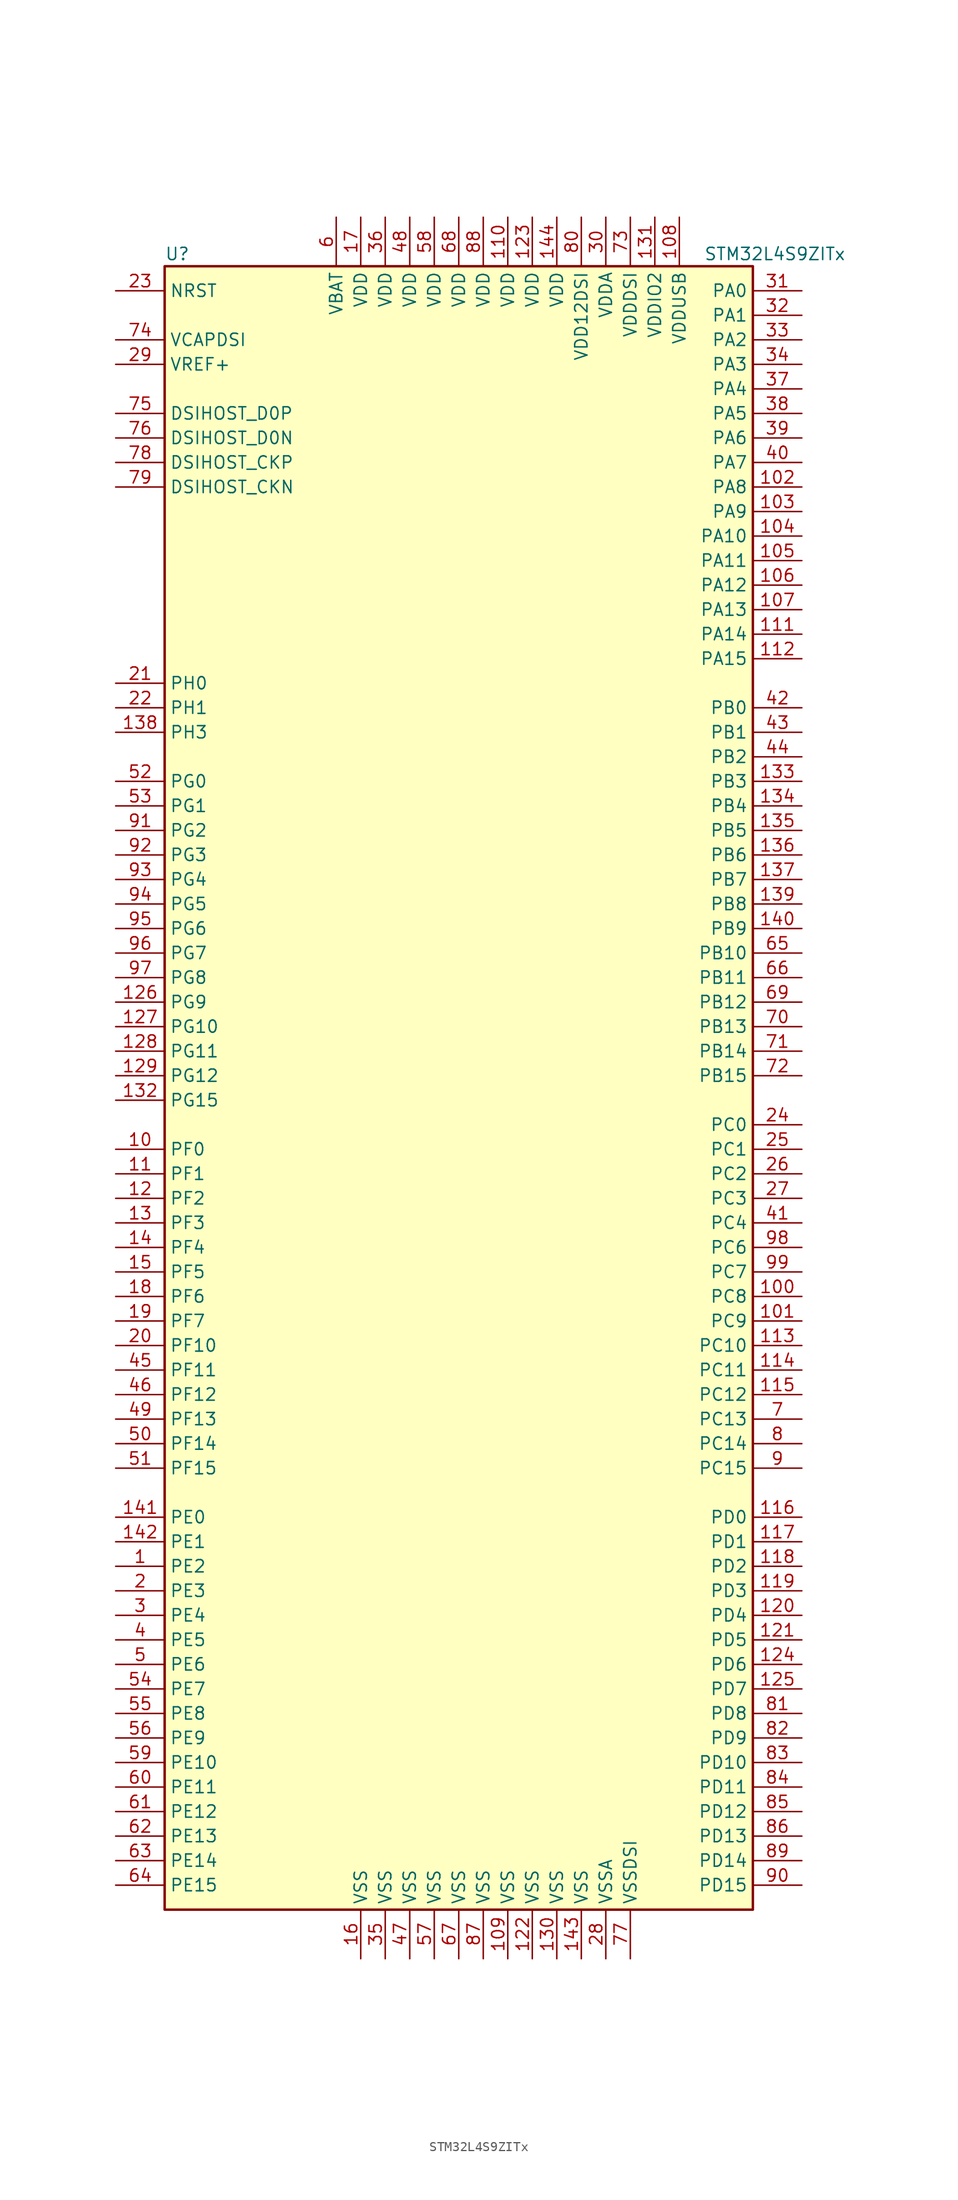
<source format=kicad_sym>
(kicad_symbol_lib
  (version 20211014)
  (generator kicad_symbol_editor)
  (symbol "STM32L4S9ZITx"
    (property "Reference" "U"
      (at -30.48 85.09 0)
      (effects (font (size 1.27 1.27)) (justify left)))
    (property "Value" "STM32L4S9ZITx"
      (at 25.4 85.09 0)
      (effects (font (size 1.27 1.27)) (justify left)))
    (symbol "STM32L4S9ZITx_0_1"
      (rectangle (start -30.48 -86.36) (end 30.48 83.82) (stroke (width 0.254) (type default) (color 0 0 0 0)) (fill (type background))))
    (symbol "STM32L4S9ZITx_1_1"
      (pin bidirectional line (at -35.56 -50.8 0) (length 5.08) (name "PE2" (effects (font (size 1.27 1.27)))) (number "1" (effects (font (size 1.27 1.27)))))
      (pin bidirectional line (at -35.56 -7.62 0) (length 5.08) (name "PF0" (effects (font (size 1.27 1.27)))) (number "10" (effects (font (size 1.27 1.27)))))
      (pin bidirectional line (at 35.56 -22.86 180) (length 5.08) (name "PC8" (effects (font (size 1.27 1.27)))) (number "100" (effects (font (size 1.27 1.27)))))
      (pin bidirectional line (at 35.56 -25.4 180) (length 5.08) (name "PC9" (effects (font (size 1.27 1.27)))) (number "101" (effects (font (size 1.27 1.27)))))
      (pin bidirectional line (at 35.56 60.96 180) (length 5.08) (name "PA8" (effects (font (size 1.27 1.27)))) (number "102" (effects (font (size 1.27 1.27)))))
      (pin bidirectional line (at 35.56 58.42 180) (length 5.08) (name "PA9" (effects (font (size 1.27 1.27)))) (number "103" (effects (font (size 1.27 1.27)))))
      (pin bidirectional line (at 35.56 55.88 180) (length 5.08) (name "PA10" (effects (font (size 1.27 1.27)))) (number "104" (effects (font (size 1.27 1.27)))))
      (pin bidirectional line (at 35.56 53.34 180) (length 5.08) (name "PA11" (effects (font (size 1.27 1.27)))) (number "105" (effects (font (size 1.27 1.27)))))
      (pin bidirectional line (at 35.56 50.8 180) (length 5.08) (name "PA12" (effects (font (size 1.27 1.27)))) (number "106" (effects (font (size 1.27 1.27)))))
      (pin bidirectional line (at 35.56 48.26 180) (length 5.08) (name "PA13" (effects (font (size 1.27 1.27)))) (number "107" (effects (font (size 1.27 1.27)))))
      (pin power_in line (at 22.86 88.9 270) (length 5.08) (name "VDDUSB" (effects (font (size 1.27 1.27)))) (number "108" (effects (font (size 1.27 1.27)))))
      (pin power_in line (at 5.08 -91.44 90) (length 5.08) (name "VSS" (effects (font (size 1.27 1.27)))) (number "109" (effects (font (size 1.27 1.27)))))
      (pin bidirectional line (at -35.56 -10.16 0) (length 5.08) (name "PF1" (effects (font (size 1.27 1.27)))) (number "11" (effects (font (size 1.27 1.27)))))
      (pin power_in line (at 5.08 88.9 270) (length 5.08) (name "VDD" (effects (font (size 1.27 1.27)))) (number "110" (effects (font (size 1.27 1.27)))))
      (pin bidirectional line (at 35.56 45.72 180) (length 5.08) (name "PA14" (effects (font (size 1.27 1.27)))) (number "111" (effects (font (size 1.27 1.27)))))
      (pin bidirectional line (at 35.56 43.18 180) (length 5.08) (name "PA15" (effects (font (size 1.27 1.27)))) (number "112" (effects (font (size 1.27 1.27)))))
      (pin bidirectional line (at 35.56 -27.94 180) (length 5.08) (name "PC10" (effects (font (size 1.27 1.27)))) (number "113" (effects (font (size 1.27 1.27)))))
      (pin bidirectional line (at 35.56 -30.48 180) (length 5.08) (name "PC11" (effects (font (size 1.27 1.27)))) (number "114" (effects (font (size 1.27 1.27)))))
      (pin bidirectional line (at 35.56 -33.02 180) (length 5.08) (name "PC12" (effects (font (size 1.27 1.27)))) (number "115" (effects (font (size 1.27 1.27)))))
      (pin bidirectional line (at 35.56 -45.72 180) (length 5.08) (name "PD0" (effects (font (size 1.27 1.27)))) (number "116" (effects (font (size 1.27 1.27)))))
      (pin bidirectional line (at 35.56 -48.26 180) (length 5.08) (name "PD1" (effects (font (size 1.27 1.27)))) (number "117" (effects (font (size 1.27 1.27)))))
      (pin bidirectional line (at 35.56 -50.8 180) (length 5.08) (name "PD2" (effects (font (size 1.27 1.27)))) (number "118" (effects (font (size 1.27 1.27)))))
      (pin bidirectional line (at 35.56 -53.34 180) (length 5.08) (name "PD3" (effects (font (size 1.27 1.27)))) (number "119" (effects (font (size 1.27 1.27)))))
      (pin bidirectional line (at -35.56 -12.7 0) (length 5.08) (name "PF2" (effects (font (size 1.27 1.27)))) (number "12" (effects (font (size 1.27 1.27)))))
      (pin bidirectional line (at 35.56 -55.88 180) (length 5.08) (name "PD4" (effects (font (size 1.27 1.27)))) (number "120" (effects (font (size 1.27 1.27)))))
      (pin bidirectional line (at 35.56 -58.42 180) (length 5.08) (name "PD5" (effects (font (size 1.27 1.27)))) (number "121" (effects (font (size 1.27 1.27)))))
      (pin power_in line (at 7.62 -91.44 90) (length 5.08) (name "VSS" (effects (font (size 1.27 1.27)))) (number "122" (effects (font (size 1.27 1.27)))))
      (pin power_in line (at 7.62 88.9 270) (length 5.08) (name "VDD" (effects (font (size 1.27 1.27)))) (number "123" (effects (font (size 1.27 1.27)))))
      (pin bidirectional line (at 35.56 -60.96 180) (length 5.08) (name "PD6" (effects (font (size 1.27 1.27)))) (number "124" (effects (font (size 1.27 1.27)))))
      (pin bidirectional line (at 35.56 -63.5 180) (length 5.08) (name "PD7" (effects (font (size 1.27 1.27)))) (number "125" (effects (font (size 1.27 1.27)))))
      (pin bidirectional line (at -35.56 7.62 0) (length 5.08) (name "PG9" (effects (font (size 1.27 1.27)))) (number "126" (effects (font (size 1.27 1.27)))))
      (pin bidirectional line (at -35.56 5.08 0) (length 5.08) (name "PG10" (effects (font (size 1.27 1.27)))) (number "127" (effects (font (size 1.27 1.27)))))
      (pin bidirectional line (at -35.56 2.54 0) (length 5.08) (name "PG11" (effects (font (size 1.27 1.27)))) (number "128" (effects (font (size 1.27 1.27)))))
      (pin bidirectional line (at -35.56 0 0) (length 5.08) (name "PG12" (effects (font (size 1.27 1.27)))) (number "129" (effects (font (size 1.27 1.27)))))
      (pin bidirectional line (at -35.56 -15.24 0) (length 5.08) (name "PF3" (effects (font (size 1.27 1.27)))) (number "13" (effects (font (size 1.27 1.27)))))
      (pin power_in line (at 10.16 -91.44 90) (length 5.08) (name "VSS" (effects (font (size 1.27 1.27)))) (number "130" (effects (font (size 1.27 1.27)))))
      (pin power_in line (at 20.32 88.9 270) (length 5.08) (name "VDDIO2" (effects (font (size 1.27 1.27)))) (number "131" (effects (font (size 1.27 1.27)))))
      (pin bidirectional line (at -35.56 -2.54 0) (length 5.08) (name "PG15" (effects (font (size 1.27 1.27)))) (number "132" (effects (font (size 1.27 1.27)))))
      (pin bidirectional line (at 35.56 30.48 180) (length 5.08) (name "PB3" (effects (font (size 1.27 1.27)))) (number "133" (effects (font (size 1.27 1.27)))))
      (pin bidirectional line (at 35.56 27.94 180) (length 5.08) (name "PB4" (effects (font (size 1.27 1.27)))) (number "134" (effects (font (size 1.27 1.27)))))
      (pin bidirectional line (at 35.56 25.4 180) (length 5.08) (name "PB5" (effects (font (size 1.27 1.27)))) (number "135" (effects (font (size 1.27 1.27)))))
      (pin bidirectional line (at 35.56 22.86 180) (length 5.08) (name "PB6" (effects (font (size 1.27 1.27)))) (number "136" (effects (font (size 1.27 1.27)))))
      (pin bidirectional line (at 35.56 20.32 180) (length 5.08) (name "PB7" (effects (font (size 1.27 1.27)))) (number "137" (effects (font (size 1.27 1.27)))))
      (pin bidirectional line (at -35.56 35.56 0) (length 5.08) (name "PH3" (effects (font (size 1.27 1.27)))) (number "138" (effects (font (size 1.27 1.27)))))
      (pin bidirectional line (at 35.56 17.78 180) (length 5.08) (name "PB8" (effects (font (size 1.27 1.27)))) (number "139" (effects (font (size 1.27 1.27)))))
      (pin bidirectional line (at -35.56 -17.78 0) (length 5.08) (name "PF4" (effects (font (size 1.27 1.27)))) (number "14" (effects (font (size 1.27 1.27)))))
      (pin bidirectional line (at 35.56 15.24 180) (length 5.08) (name "PB9" (effects (font (size 1.27 1.27)))) (number "140" (effects (font (size 1.27 1.27)))))
      (pin bidirectional line (at -35.56 -45.72 0) (length 5.08) (name "PE0" (effects (font (size 1.27 1.27)))) (number "141" (effects (font (size 1.27 1.27)))))
      (pin bidirectional line (at -35.56 -48.26 0) (length 5.08) (name "PE1" (effects (font (size 1.27 1.27)))) (number "142" (effects (font (size 1.27 1.27)))))
      (pin power_in line (at 12.7 -91.44 90) (length 5.08) (name "VSS" (effects (font (size 1.27 1.27)))) (number "143" (effects (font (size 1.27 1.27)))))
      (pin power_in line (at 10.16 88.9 270) (length 5.08) (name "VDD" (effects (font (size 1.27 1.27)))) (number "144" (effects (font (size 1.27 1.27)))))
      (pin bidirectional line (at -35.56 -20.32 0) (length 5.08) (name "PF5" (effects (font (size 1.27 1.27)))) (number "15" (effects (font (size 1.27 1.27)))))
      (pin power_in line (at -10.16 -91.44 90) (length 5.08) (name "VSS" (effects (font (size 1.27 1.27)))) (number "16" (effects (font (size 1.27 1.27)))))
      (pin power_in line (at -10.16 88.9 270) (length 5.08) (name "VDD" (effects (font (size 1.27 1.27)))) (number "17" (effects (font (size 1.27 1.27)))))
      (pin bidirectional line (at -35.56 -22.86 0) (length 5.08) (name "PF6" (effects (font (size 1.27 1.27)))) (number "18" (effects (font (size 1.27 1.27)))))
      (pin bidirectional line (at -35.56 -25.4 0) (length 5.08) (name "PF7" (effects (font (size 1.27 1.27)))) (number "19" (effects (font (size 1.27 1.27)))))
      (pin bidirectional line (at -35.56 -53.34 0) (length 5.08) (name "PE3" (effects (font (size 1.27 1.27)))) (number "2" (effects (font (size 1.27 1.27)))))
      (pin bidirectional line (at -35.56 -27.94 0) (length 5.08) (name "PF10" (effects (font (size 1.27 1.27)))) (number "20" (effects (font (size 1.27 1.27)))))
      (pin input line (at -35.56 40.64 0) (length 5.08) (name "PH0" (effects (font (size 1.27 1.27)))) (number "21" (effects (font (size 1.27 1.27)))))
      (pin input line (at -35.56 38.1 0) (length 5.08) (name "PH1" (effects (font (size 1.27 1.27)))) (number "22" (effects (font (size 1.27 1.27)))))
      (pin input line (at -35.56 81.28 0) (length 5.08) (name "NRST" (effects (font (size 1.27 1.27)))) (number "23" (effects (font (size 1.27 1.27)))))
      (pin bidirectional line (at 35.56 -5.08 180) (length 5.08) (name "PC0" (effects (font (size 1.27 1.27)))) (number "24" (effects (font (size 1.27 1.27)))))
      (pin bidirectional line (at 35.56 -7.62 180) (length 5.08) (name "PC1" (effects (font (size 1.27 1.27)))) (number "25" (effects (font (size 1.27 1.27)))))
      (pin bidirectional line (at 35.56 -10.16 180) (length 5.08) (name "PC2" (effects (font (size 1.27 1.27)))) (number "26" (effects (font (size 1.27 1.27)))))
      (pin bidirectional line (at 35.56 -12.7 180) (length 5.08) (name "PC3" (effects (font (size 1.27 1.27)))) (number "27" (effects (font (size 1.27 1.27)))))
      (pin power_in line (at 15.24 -91.44 90) (length 5.08) (name "VSSA" (effects (font (size 1.27 1.27)))) (number "28" (effects (font (size 1.27 1.27)))))
      (pin bidirectional line (at -35.56 73.66 0) (length 5.08) (name "VREF+" (effects (font (size 1.27 1.27)))) (number "29" (effects (font (size 1.27 1.27)))))
      (pin bidirectional line (at -35.56 -55.88 0) (length 5.08) (name "PE4" (effects (font (size 1.27 1.27)))) (number "3" (effects (font (size 1.27 1.27)))))
      (pin power_in line (at 15.24 88.9 270) (length 5.08) (name "VDDA" (effects (font (size 1.27 1.27)))) (number "30" (effects (font (size 1.27 1.27)))))
      (pin bidirectional line (at 35.56 81.28 180) (length 5.08) (name "PA0" (effects (font (size 1.27 1.27)))) (number "31" (effects (font (size 1.27 1.27)))))
      (pin bidirectional line (at 35.56 78.74 180) (length 5.08) (name "PA1" (effects (font (size 1.27 1.27)))) (number "32" (effects (font (size 1.27 1.27)))))
      (pin bidirectional line (at 35.56 76.2 180) (length 5.08) (name "PA2" (effects (font (size 1.27 1.27)))) (number "33" (effects (font (size 1.27 1.27)))))
      (pin bidirectional line (at 35.56 73.66 180) (length 5.08) (name "PA3" (effects (font (size 1.27 1.27)))) (number "34" (effects (font (size 1.27 1.27)))))
      (pin power_in line (at -7.62 -91.44 90) (length 5.08) (name "VSS" (effects (font (size 1.27 1.27)))) (number "35" (effects (font (size 1.27 1.27)))))
      (pin power_in line (at -7.62 88.9 270) (length 5.08) (name "VDD" (effects (font (size 1.27 1.27)))) (number "36" (effects (font (size 1.27 1.27)))))
      (pin bidirectional line (at 35.56 71.12 180) (length 5.08) (name "PA4" (effects (font (size 1.27 1.27)))) (number "37" (effects (font (size 1.27 1.27)))))
      (pin bidirectional line (at 35.56 68.58 180) (length 5.08) (name "PA5" (effects (font (size 1.27 1.27)))) (number "38" (effects (font (size 1.27 1.27)))))
      (pin bidirectional line (at 35.56 66.04 180) (length 5.08) (name "PA6" (effects (font (size 1.27 1.27)))) (number "39" (effects (font (size 1.27 1.27)))))
      (pin bidirectional line (at -35.56 -58.42 0) (length 5.08) (name "PE5" (effects (font (size 1.27 1.27)))) (number "4" (effects (font (size 1.27 1.27)))))
      (pin bidirectional line (at 35.56 63.5 180) (length 5.08) (name "PA7" (effects (font (size 1.27 1.27)))) (number "40" (effects (font (size 1.27 1.27)))))
      (pin bidirectional line (at 35.56 -15.24 180) (length 5.08) (name "PC4" (effects (font (size 1.27 1.27)))) (number "41" (effects (font (size 1.27 1.27)))))
      (pin bidirectional line (at 35.56 38.1 180) (length 5.08) (name "PB0" (effects (font (size 1.27 1.27)))) (number "42" (effects (font (size 1.27 1.27)))))
      (pin bidirectional line (at 35.56 35.56 180) (length 5.08) (name "PB1" (effects (font (size 1.27 1.27)))) (number "43" (effects (font (size 1.27 1.27)))))
      (pin bidirectional line (at 35.56 33.02 180) (length 5.08) (name "PB2" (effects (font (size 1.27 1.27)))) (number "44" (effects (font (size 1.27 1.27)))))
      (pin bidirectional line (at -35.56 -30.48 0) (length 5.08) (name "PF11" (effects (font (size 1.27 1.27)))) (number "45" (effects (font (size 1.27 1.27)))))
      (pin bidirectional line (at -35.56 -33.02 0) (length 5.08) (name "PF12" (effects (font (size 1.27 1.27)))) (number "46" (effects (font (size 1.27 1.27)))))
      (pin power_in line (at -5.08 -91.44 90) (length 5.08) (name "VSS" (effects (font (size 1.27 1.27)))) (number "47" (effects (font (size 1.27 1.27)))))
      (pin power_in line (at -5.08 88.9 270) (length 5.08) (name "VDD" (effects (font (size 1.27 1.27)))) (number "48" (effects (font (size 1.27 1.27)))))
      (pin bidirectional line (at -35.56 -35.56 0) (length 5.08) (name "PF13" (effects (font (size 1.27 1.27)))) (number "49" (effects (font (size 1.27 1.27)))))
      (pin bidirectional line (at -35.56 -60.96 0) (length 5.08) (name "PE6" (effects (font (size 1.27 1.27)))) (number "5" (effects (font (size 1.27 1.27)))))
      (pin bidirectional line (at -35.56 -38.1 0) (length 5.08) (name "PF14" (effects (font (size 1.27 1.27)))) (number "50" (effects (font (size 1.27 1.27)))))
      (pin bidirectional line (at -35.56 -40.64 0) (length 5.08) (name "PF15" (effects (font (size 1.27 1.27)))) (number "51" (effects (font (size 1.27 1.27)))))
      (pin bidirectional line (at -35.56 30.48 0) (length 5.08) (name "PG0" (effects (font (size 1.27 1.27)))) (number "52" (effects (font (size 1.27 1.27)))))
      (pin bidirectional line (at -35.56 27.94 0) (length 5.08) (name "PG1" (effects (font (size 1.27 1.27)))) (number "53" (effects (font (size 1.27 1.27)))))
      (pin bidirectional line (at -35.56 -63.5 0) (length 5.08) (name "PE7" (effects (font (size 1.27 1.27)))) (number "54" (effects (font (size 1.27 1.27)))))
      (pin bidirectional line (at -35.56 -66.04 0) (length 5.08) (name "PE8" (effects (font (size 1.27 1.27)))) (number "55" (effects (font (size 1.27 1.27)))))
      (pin bidirectional line (at -35.56 -68.58 0) (length 5.08) (name "PE9" (effects (font (size 1.27 1.27)))) (number "56" (effects (font (size 1.27 1.27)))))
      (pin power_in line (at -2.54 -91.44 90) (length 5.08) (name "VSS" (effects (font (size 1.27 1.27)))) (number "57" (effects (font (size 1.27 1.27)))))
      (pin power_in line (at -2.54 88.9 270) (length 5.08) (name "VDD" (effects (font (size 1.27 1.27)))) (number "58" (effects (font (size 1.27 1.27)))))
      (pin bidirectional line (at -35.56 -71.12 0) (length 5.08) (name "PE10" (effects (font (size 1.27 1.27)))) (number "59" (effects (font (size 1.27 1.27)))))
      (pin power_in line (at -12.7 88.9 270) (length 5.08) (name "VBAT" (effects (font (size 1.27 1.27)))) (number "6" (effects (font (size 1.27 1.27)))))
      (pin bidirectional line (at -35.56 -73.66 0) (length 5.08) (name "PE11" (effects (font (size 1.27 1.27)))) (number "60" (effects (font (size 1.27 1.27)))))
      (pin bidirectional line (at -35.56 -76.2 0) (length 5.08) (name "PE12" (effects (font (size 1.27 1.27)))) (number "61" (effects (font (size 1.27 1.27)))))
      (pin bidirectional line (at -35.56 -78.74 0) (length 5.08) (name "PE13" (effects (font (size 1.27 1.27)))) (number "62" (effects (font (size 1.27 1.27)))))
      (pin bidirectional line (at -35.56 -81.28 0) (length 5.08) (name "PE14" (effects (font (size 1.27 1.27)))) (number "63" (effects (font (size 1.27 1.27)))))
      (pin bidirectional line (at -35.56 -83.82 0) (length 5.08) (name "PE15" (effects (font (size 1.27 1.27)))) (number "64" (effects (font (size 1.27 1.27)))))
      (pin bidirectional line (at 35.56 12.7 180) (length 5.08) (name "PB10" (effects (font (size 1.27 1.27)))) (number "65" (effects (font (size 1.27 1.27)))))
      (pin bidirectional line (at 35.56 10.16 180) (length 5.08) (name "PB11" (effects (font (size 1.27 1.27)))) (number "66" (effects (font (size 1.27 1.27)))))
      (pin power_in line (at 0 -91.44 90) (length 5.08) (name "VSS" (effects (font (size 1.27 1.27)))) (number "67" (effects (font (size 1.27 1.27)))))
      (pin power_in line (at 0 88.9 270) (length 5.08) (name "VDD" (effects (font (size 1.27 1.27)))) (number "68" (effects (font (size 1.27 1.27)))))
      (pin bidirectional line (at 35.56 7.62 180) (length 5.08) (name "PB12" (effects (font (size 1.27 1.27)))) (number "69" (effects (font (size 1.27 1.27)))))
      (pin bidirectional line (at 35.56 -35.56 180) (length 5.08) (name "PC13" (effects (font (size 1.27 1.27)))) (number "7" (effects (font (size 1.27 1.27)))))
      (pin bidirectional line (at 35.56 5.08 180) (length 5.08) (name "PB13" (effects (font (size 1.27 1.27)))) (number "70" (effects (font (size 1.27 1.27)))))
      (pin bidirectional line (at 35.56 2.54 180) (length 5.08) (name "PB14" (effects (font (size 1.27 1.27)))) (number "71" (effects (font (size 1.27 1.27)))))
      (pin bidirectional line (at 35.56 0 180) (length 5.08) (name "PB15" (effects (font (size 1.27 1.27)))) (number "72" (effects (font (size 1.27 1.27)))))
      (pin power_in line (at 17.78 88.9 270) (length 5.08) (name "VDDDSI" (effects (font (size 1.27 1.27)))) (number "73" (effects (font (size 1.27 1.27)))))
      (pin power_in line (at -35.56 76.2 0) (length 5.08) (name "VCAPDSI" (effects (font (size 1.27 1.27)))) (number "74" (effects (font (size 1.27 1.27)))))
      (pin bidirectional line (at -35.56 68.58 0) (length 5.08) (name "DSIHOST_D0P" (effects (font (size 1.27 1.27)))) (number "75" (effects (font (size 1.27 1.27)))))
      (pin bidirectional line (at -35.56 66.04 0) (length 5.08) (name "DSIHOST_D0N" (effects (font (size 1.27 1.27)))) (number "76" (effects (font (size 1.27 1.27)))))
      (pin power_in line (at 17.78 -91.44 90) (length 5.08) (name "VSSDSI" (effects (font (size 1.27 1.27)))) (number "77" (effects (font (size 1.27 1.27)))))
      (pin bidirectional line (at -35.56 63.5 0) (length 5.08) (name "DSIHOST_CKP" (effects (font (size 1.27 1.27)))) (number "78" (effects (font (size 1.27 1.27)))))
      (pin bidirectional line (at -35.56 60.96 0) (length 5.08) (name "DSIHOST_CKN" (effects (font (size 1.27 1.27)))) (number "79" (effects (font (size 1.27 1.27)))))
      (pin bidirectional line (at 35.56 -38.1 180) (length 5.08) (name "PC14" (effects (font (size 1.27 1.27)))) (number "8" (effects (font (size 1.27 1.27)))))
      (pin power_in line (at 12.7 88.9 270) (length 5.08) (name "VDD12DSI" (effects (font (size 1.27 1.27)))) (number "80" (effects (font (size 1.27 1.27)))))
      (pin bidirectional line (at 35.56 -66.04 180) (length 5.08) (name "PD8" (effects (font (size 1.27 1.27)))) (number "81" (effects (font (size 1.27 1.27)))))
      (pin bidirectional line (at 35.56 -68.58 180) (length 5.08) (name "PD9" (effects (font (size 1.27 1.27)))) (number "82" (effects (font (size 1.27 1.27)))))
      (pin bidirectional line (at 35.56 -71.12 180) (length 5.08) (name "PD10" (effects (font (size 1.27 1.27)))) (number "83" (effects (font (size 1.27 1.27)))))
      (pin bidirectional line (at 35.56 -73.66 180) (length 5.08) (name "PD11" (effects (font (size 1.27 1.27)))) (number "84" (effects (font (size 1.27 1.27)))))
      (pin bidirectional line (at 35.56 -76.2 180) (length 5.08) (name "PD12" (effects (font (size 1.27 1.27)))) (number "85" (effects (font (size 1.27 1.27)))))
      (pin bidirectional line (at 35.56 -78.74 180) (length 5.08) (name "PD13" (effects (font (size 1.27 1.27)))) (number "86" (effects (font (size 1.27 1.27)))))
      (pin power_in line (at 2.54 -91.44 90) (length 5.08) (name "VSS" (effects (font (size 1.27 1.27)))) (number "87" (effects (font (size 1.27 1.27)))))
      (pin power_in line (at 2.54 88.9 270) (length 5.08) (name "VDD" (effects (font (size 1.27 1.27)))) (number "88" (effects (font (size 1.27 1.27)))))
      (pin bidirectional line (at 35.56 -81.28 180) (length 5.08) (name "PD14" (effects (font (size 1.27 1.27)))) (number "89" (effects (font (size 1.27 1.27)))))
      (pin bidirectional line (at 35.56 -40.64 180) (length 5.08) (name "PC15" (effects (font (size 1.27 1.27)))) (number "9" (effects (font (size 1.27 1.27)))))
      (pin bidirectional line (at 35.56 -83.82 180) (length 5.08) (name "PD15" (effects (font (size 1.27 1.27)))) (number "90" (effects (font (size 1.27 1.27)))))
      (pin bidirectional line (at -35.56 25.4 0) (length 5.08) (name "PG2" (effects (font (size 1.27 1.27)))) (number "91" (effects (font (size 1.27 1.27)))))
      (pin bidirectional line (at -35.56 22.86 0) (length 5.08) (name "PG3" (effects (font (size 1.27 1.27)))) (number "92" (effects (font (size 1.27 1.27)))))
      (pin bidirectional line (at -35.56 20.32 0) (length 5.08) (name "PG4" (effects (font (size 1.27 1.27)))) (number "93" (effects (font (size 1.27 1.27)))))
      (pin bidirectional line (at -35.56 17.78 0) (length 5.08) (name "PG5" (effects (font (size 1.27 1.27)))) (number "94" (effects (font (size 1.27 1.27)))))
      (pin bidirectional line (at -35.56 15.24 0) (length 5.08) (name "PG6" (effects (font (size 1.27 1.27)))) (number "95" (effects (font (size 1.27 1.27)))))
      (pin bidirectional line (at -35.56 12.7 0) (length 5.08) (name "PG7" (effects (font (size 1.27 1.27)))) (number "96" (effects (font (size 1.27 1.27)))))
      (pin bidirectional line (at -35.56 10.16 0) (length 5.08) (name "PG8" (effects (font (size 1.27 1.27)))) (number "97" (effects (font (size 1.27 1.27)))))
      (pin bidirectional line (at 35.56 -17.78 180) (length 5.08) (name "PC6" (effects (font (size 1.27 1.27)))) (number "98" (effects (font (size 1.27 1.27)))))
      (pin bidirectional line (at 35.56 -20.32 180) (length 5.08) (name "PC7" (effects (font (size 1.27 1.27)))) (number "99" (effects (font (size 1.27 1.27))))))))
</source>
